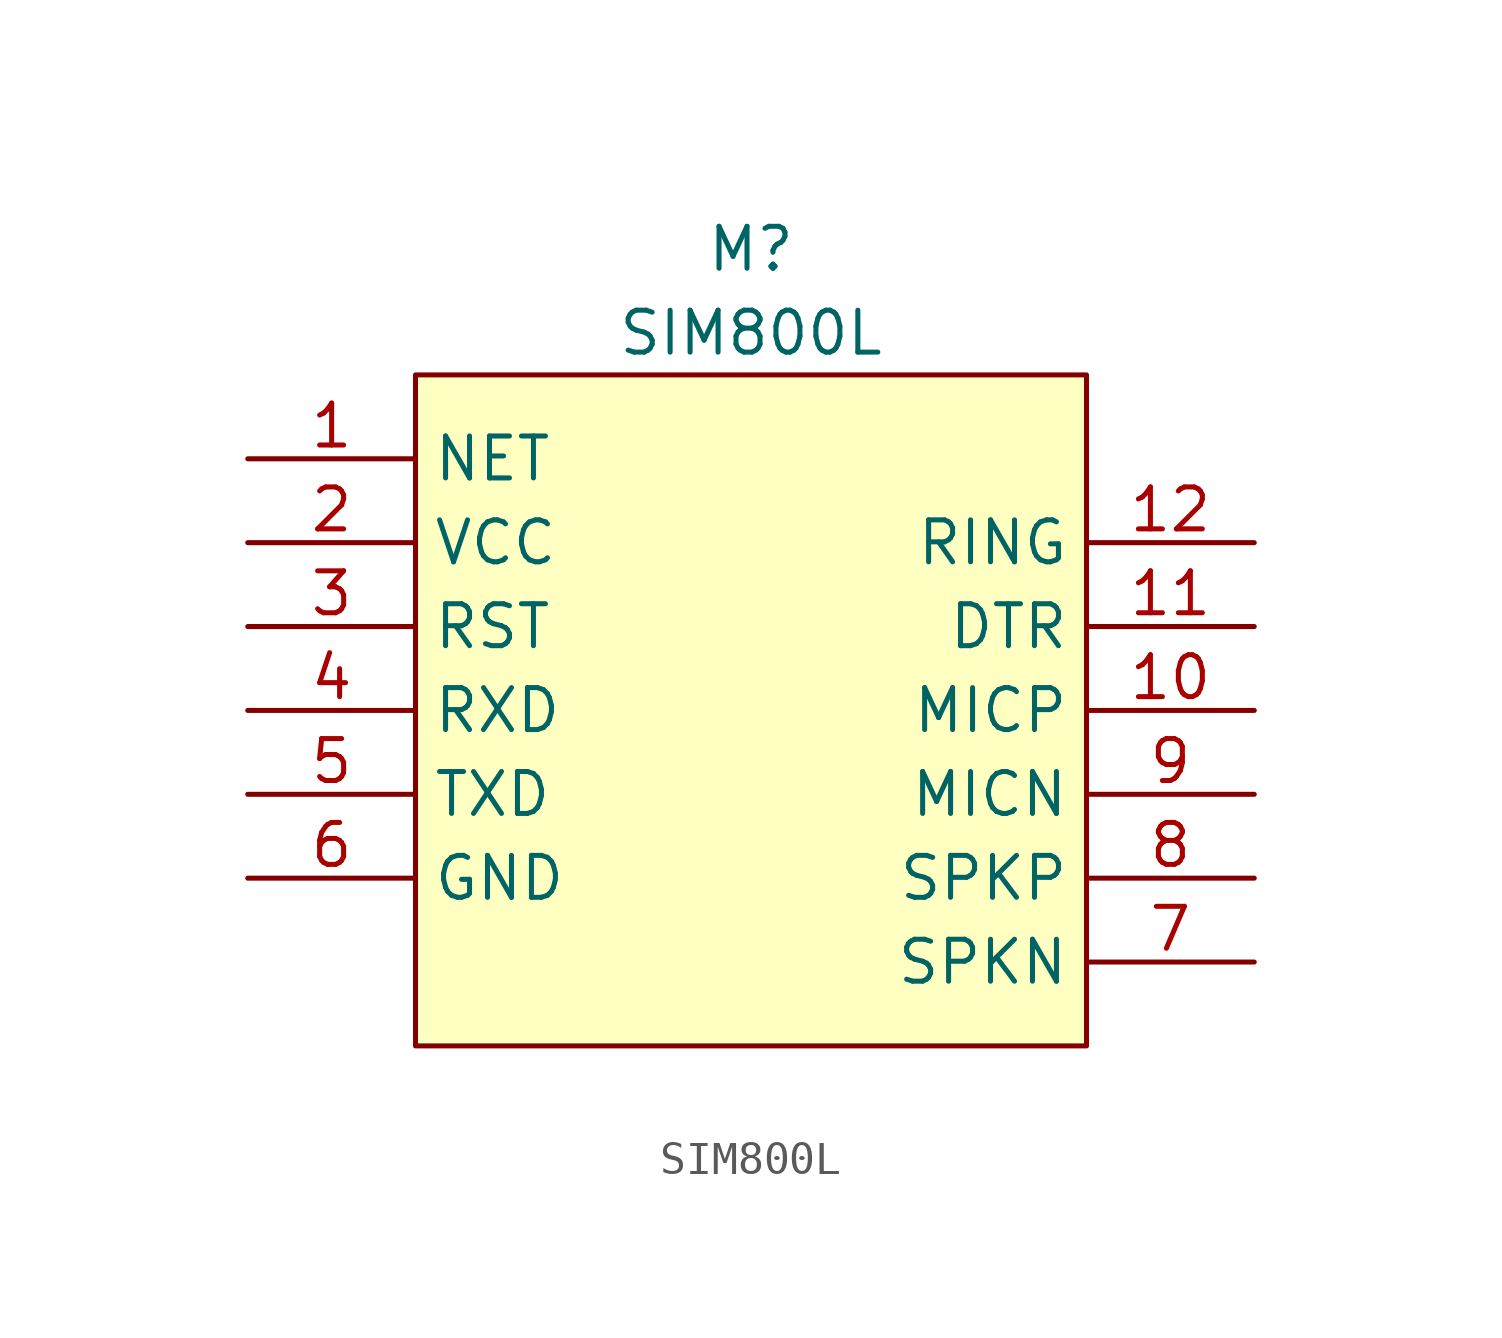
<source format=kicad_sym>
(kicad_symbol_lib
  (version 20211014)
  (generator kicad_symbol_editor)
  (symbol "SIM800L"
    (property "Reference" "M"
      (at 0 12.7 0)
      (effects (font (size 1.27 1.27))))
    (property "Value" "SIM800L"
      (at 0 10.16 0)
      (effects (font (size 1.27 1.27))))
    (symbol "SIM800L_0_1"
      (rectangle (start -10.16 8.89) (end 10.16 -11.43) (stroke (width 0.152) (type default) (color 0 0 0 0)) (fill (type background))))
    (symbol "SIM800L_1_1"
      (pin input line (at -15.24 6.35 0) (length 5.08) (name "NET" (effects (font (size 1.27 1.27)))) (number "1" (effects (font (size 1.27 1.27)))))
      (pin input line (at 15.24 -1.27 180) (length 5.08) (name "MICP" (effects (font (size 1.27 1.27)))) (number "10" (effects (font (size 1.27 1.27)))))
      (pin input line (at 15.24 1.27 180) (length 5.08) (name "DTR" (effects (font (size 1.27 1.27)))) (number "11" (effects (font (size 1.27 1.27)))))
      (pin input line (at 15.24 3.81 180) (length 5.08) (name "RING" (effects (font (size 1.27 1.27)))) (number "12" (effects (font (size 1.27 1.27)))))
      (pin input line (at -15.24 3.81 0) (length 5.08) (name "VCC" (effects (font (size 1.27 1.27)))) (number "2" (effects (font (size 1.27 1.27)))))
      (pin input line (at -15.24 1.27 0) (length 5.08) (name "RST" (effects (font (size 1.27 1.27)))) (number "3" (effects (font (size 1.27 1.27)))))
      (pin input line (at -15.24 -1.27 0) (length 5.08) (name "RXD" (effects (font (size 1.27 1.27)))) (number "4" (effects (font (size 1.27 1.27)))))
      (pin input line (at -15.24 -3.81 0) (length 5.08) (name "TXD" (effects (font (size 1.27 1.27)))) (number "5" (effects (font (size 1.27 1.27)))))
      (pin input line (at -15.24 -6.35 0) (length 5.08) (name "GND" (effects (font (size 1.27 1.27)))) (number "6" (effects (font (size 1.27 1.27)))))
      (pin input line (at 15.24 -8.89 180) (length 5.08) (name "SPKN" (effects (font (size 1.27 1.27)))) (number "7" (effects (font (size 1.27 1.27)))))
      (pin input line (at 15.24 -6.35 180) (length 5.08) (name "SPKP" (effects (font (size 1.27 1.27)))) (number "8" (effects (font (size 1.27 1.27)))))
      (pin input line (at 15.24 -3.81 180) (length 5.08) (name "MICN" (effects (font (size 1.27 1.27)))) (number "9" (effects (font (size 1.27 1.27))))))))
</source>
